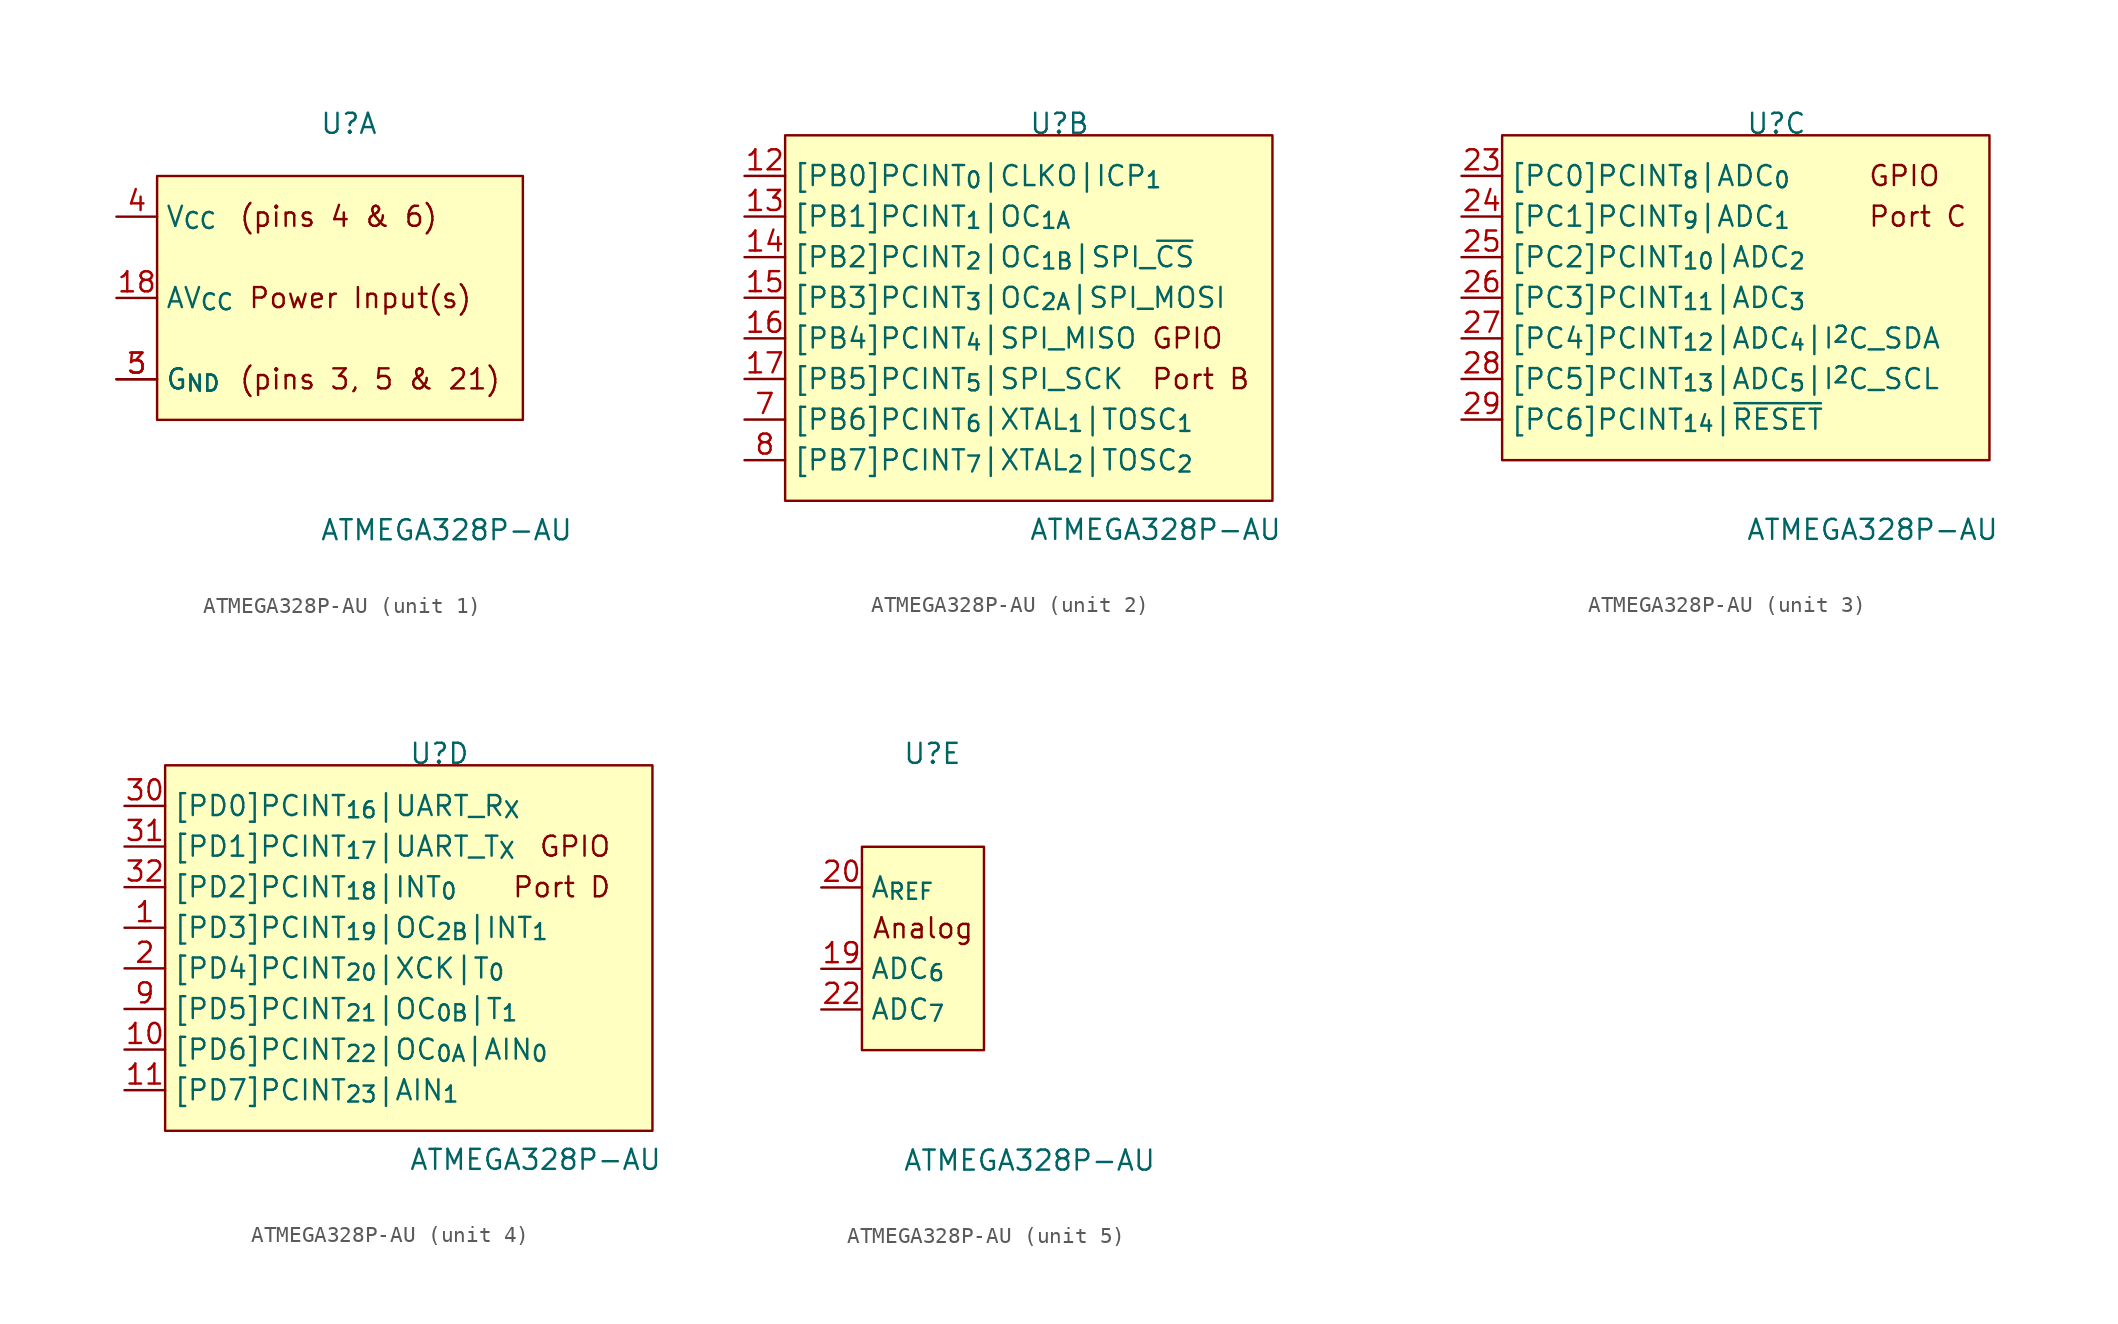
<source format=kicad_sym>
(kicad_symbol_lib
  (version 20211014)
  (generator kicad_symbol_editor)
  (symbol "ATMEGA328P-AU"
    (pin_names
      (offset 0.5))
    (property "Reference" "U"
      (at 0 10.16 0)
      (effects (font (size 1.25 1.25)) (justify left bottom)))
    (property "Value" "ATMEGA328P-AU"
      (at 0 -15.24 0)
      (effects (font (size 1.25 1.25)) (justify left bottom)))
    (property "ki_locked" ""
      (at 0 0 0)
      (effects (font (size 1.27 1.27))))
    (symbol "ATMEGA328P-AU_1_1"
      (rectangle (start -10.16 7.62) (end 12.7 -7.62) (stroke (width 0) (type default) (color 0 0 0 0)) (fill (type background)))
      (text "(pins 3, 5 & 21)" (at -5.08 -5.08 0) (effects (font (size 1.25 1.25)) (justify left)))
      (text "(pins 4 & 6)" (at -5.08 5.08 0) (effects (font (size 1.25 1.25)) (justify left)))
      (text "Power Input(s)" (at 2.54 0 0) (effects (font (size 1.25 1.25))))
      (pin power_in line (at -12.7 0 0) (length 2.54) (name "AV_{CC}" (effects (font (size 1.25 1.25)))) (number "18" (effects (font (size 1.25 1.25)))))
      (pin power_in line (at -12.7 -5.08 0) (length 2.54) hide (name "G_{ND}" (effects (font (size 1.25 1.25)))) (number "21" (effects (font (size 1.25 1.25)))))
      (pin power_in line (at -12.7 -5.08 0) (length 2.54) (name "G_{ND}" (effects (font (size 1.25 1.25)))) (number "3" (effects (font (size 1.25 1.25)))))
      (pin power_in line (at -12.7 5.08 0) (length 2.54) (name "V_{CC}" (effects (font (size 1.25 1.25)))) (number "4" (effects (font (size 1.25 1.25)))))
      (pin power_in line (at -12.7 -5.08 0) (length 2.54) (name "G_{ND}" (effects (font (size 1.25 1.25)))) (number "5" (effects (font (size 1.25 1.25)))))
      (pin power_in line (at -12.7 5.08 0) (length 2.54) hide (name "V_{CC}" (effects (font (size 1.25 1.25)))) (number "6" (effects (font (size 1.25 1.25))))))
    (symbol "ATMEGA328P-AU_2_1"
      (rectangle (start -15.24 10.16) (end 15.24 -12.7) (stroke (width 0) (type default) (color 0 0 0 0)) (fill (type background)))
      (text "GPIO" (at 7.62 -2.54 0) (effects (font (size 1.25 1.25)) (justify left)))
      (text "Port B" (at 7.62 -5.08 0) (effects (font (size 1.25 1.25)) (justify left)))
      (pin bidirectional line (at -17.78 7.62 0) (length 2.54) (name "[PB0]PCINT_{0}|CLKO|ICP_{1}" (effects (font (size 1.25 1.25)))) (number "12" (effects (font (size 1.25 1.25)))))
      (pin bidirectional line (at -17.78 5.08 0) (length 2.54) (name "[PB1]PCINT_{1}|OC_{1A}" (effects (font (size 1.25 1.25)))) (number "13" (effects (font (size 1.25 1.25)))))
      (pin bidirectional line (at -17.78 2.54 0) (length 2.54) (name "[PB2]PCINT_{2}|OC_{1B}|SPI_~{CS}" (effects (font (size 1.25 1.25)))) (number "14" (effects (font (size 1.25 1.25)))))
      (pin bidirectional line (at -17.78 0 0) (length 2.54) (name "[PB3]PCINT_{3}|OC_{2A}|SPI_MOSI" (effects (font (size 1.25 1.25)))) (number "15" (effects (font (size 1.25 1.25)))))
      (pin bidirectional line (at -17.78 -2.54 0) (length 2.54) (name "[PB4]PCINT_{4}|SPI_MISO" (effects (font (size 1.25 1.25)))) (number "16" (effects (font (size 1.25 1.25)))))
      (pin bidirectional line (at -17.78 -5.08 0) (length 2.54) (name "[PB5]PCINT_{5}|SPI_SCK" (effects (font (size 1.25 1.25)))) (number "17" (effects (font (size 1.25 1.25)))))
      (pin bidirectional line (at -17.78 -7.62 0) (length 2.54) (name "[PB6]PCINT_{6}|XTAL_{1}|TOSC_{1}" (effects (font (size 1.25 1.25)))) (number "7" (effects (font (size 1.25 1.25)))))
      (pin bidirectional line (at -17.78 -10.16 0) (length 2.54) (name "[PB7]PCINT_{7}|XTAL_{2}|TOSC_{2}" (effects (font (size 1.25 1.25)))) (number "8" (effects (font (size 1.25 1.25))))))
    (symbol "ATMEGA328P-AU_3_1"
      (rectangle (start -15.24 10.16) (end 15.24 -10.16) (stroke (width 0) (type default) (color 0 0 0 0)) (fill (type background)))
      (text "GPIO" (at 7.62 7.62 0) (effects (font (size 1.25 1.25)) (justify left)))
      (text "Port C" (at 7.62 5.08 0) (effects (font (size 1.25 1.25)) (justify left)))
      (pin bidirectional line (at -17.78 7.62 0) (length 2.54) (name "[PC0]PCINT_{8}|ADC_{0}" (effects (font (size 1.25 1.25)))) (number "23" (effects (font (size 1.25 1.25)))))
      (pin bidirectional line (at -17.78 5.08 0) (length 2.54) (name "[PC1]PCINT_{9}|ADC_{1}" (effects (font (size 1.25 1.25)))) (number "24" (effects (font (size 1.25 1.25)))))
      (pin bidirectional line (at -17.78 2.54 0) (length 2.54) (name "[PC2]PCINT_{10}|ADC_{2}" (effects (font (size 1.25 1.25)))) (number "25" (effects (font (size 1.25 1.25)))))
      (pin bidirectional line (at -17.78 0 0) (length 2.54) (name "[PC3]PCINT_{11}|ADC_{3}" (effects (font (size 1.25 1.25)))) (number "26" (effects (font (size 1.25 1.25)))))
      (pin bidirectional line (at -17.78 -2.54 0) (length 2.54) (name "[PC4]PCINT_{12}|ADC_{4}|I^{2}C_SDA" (effects (font (size 1.25 1.25)))) (number "27" (effects (font (size 1.25 1.25)))))
      (pin bidirectional line (at -17.78 -5.08 0) (length 2.54) (name "[PC5]PCINT_{13}|ADC_{5}|I^{2}C_SCL" (effects (font (size 1.25 1.25)))) (number "28" (effects (font (size 1.25 1.25)))))
      (pin bidirectional line (at -17.78 -7.62 0) (length 2.54) (name "[PC6]PCINT_{14}|~{RESET}" (effects (font (size 1.25 1.25)))) (number "29" (effects (font (size 1.25 1.25))))))
    (symbol "ATMEGA328P-AU_4_1"
      (rectangle (start -15.24 10.16) (end 15.24 -12.7) (stroke (width 0) (type default) (color 0 0 0 0)) (fill (type background)))
      (text "GPIO" (at 12.7 5.08 0) (effects (font (size 1.25 1.25)) (justify right)))
      (text "Port D" (at 12.7 2.54 0) (effects (font (size 1.25 1.25)) (justify right)))
      (pin bidirectional line (at -17.78 0 0) (length 2.54) (name "[PD3]PCINT_{19}|OC_{2B}|INT_{1}" (effects (font (size 1.25 1.25)))) (number "1" (effects (font (size 1.25 1.25)))))
      (pin bidirectional line (at -17.78 -7.62 0) (length 2.54) (name "[PD6]PCINT_{22}|OC_{0A}|AIN_{0}" (effects (font (size 1.25 1.25)))) (number "10" (effects (font (size 1.25 1.25)))))
      (pin bidirectional line (at -17.78 -10.16 0) (length 2.54) (name "[PD7]PCINT_{23}|AIN_{1}" (effects (font (size 1.25 1.25)))) (number "11" (effects (font (size 1.25 1.25)))))
      (pin bidirectional line (at -17.78 -2.54 0) (length 2.54) (name "[PD4]PCINT_{20}|XCK|T_{0}" (effects (font (size 1.25 1.25)))) (number "2" (effects (font (size 1.25 1.25)))))
      (pin bidirectional line (at -17.78 7.62 0) (length 2.54) (name "[PD0]PCINT_{16}|UART_R_{X}" (effects (font (size 1.25 1.25)))) (number "30" (effects (font (size 1.25 1.25)))))
      (pin bidirectional line (at -17.78 5.08 0) (length 2.54) (name "[PD1]PCINT_{17}|UART_T_{X}" (effects (font (size 1.25 1.25)))) (number "31" (effects (font (size 1.25 1.25)))))
      (pin bidirectional line (at -17.78 2.54 0) (length 2.54) (name "[PD2]PCINT_{18}|INT_{0}" (effects (font (size 1.25 1.25)))) (number "32" (effects (font (size 1.25 1.25)))))
      (pin bidirectional line (at -17.78 -5.08 0) (length 2.54) (name "[PD5]PCINT_{21}|OC_{0B}|T_{1}" (effects (font (size 1.25 1.25)))) (number "9" (effects (font (size 1.25 1.25))))))
    (symbol "ATMEGA328P-AU_5_1"
      (rectangle (start -2.54 5.08) (end 5.08 -7.62) (stroke (width 0) (type default) (color 0 0 0 0)) (fill (type background)))
      (text "Analog" (at 1.27 0 0) (effects (font (size 1.25 1.25))))
      (pin input line (at -5.08 -2.54 0) (length 2.54) (name "ADC_{6}" (effects (font (size 1.25 1.25)))) (number "19" (effects (font (size 1.25 1.25)))))
      (pin input line (at -5.08 2.54 0) (length 2.54) (name "A_{REF}" (effects (font (size 1.25 1.25)))) (number "20" (effects (font (size 1.25 1.25)))))
      (pin input line (at -5.08 -5.08 0) (length 2.54) (name "ADC_{7}" (effects (font (size 1.25 1.25)))) (number "22" (effects (font (size 1.25 1.25))))))))
</source>
